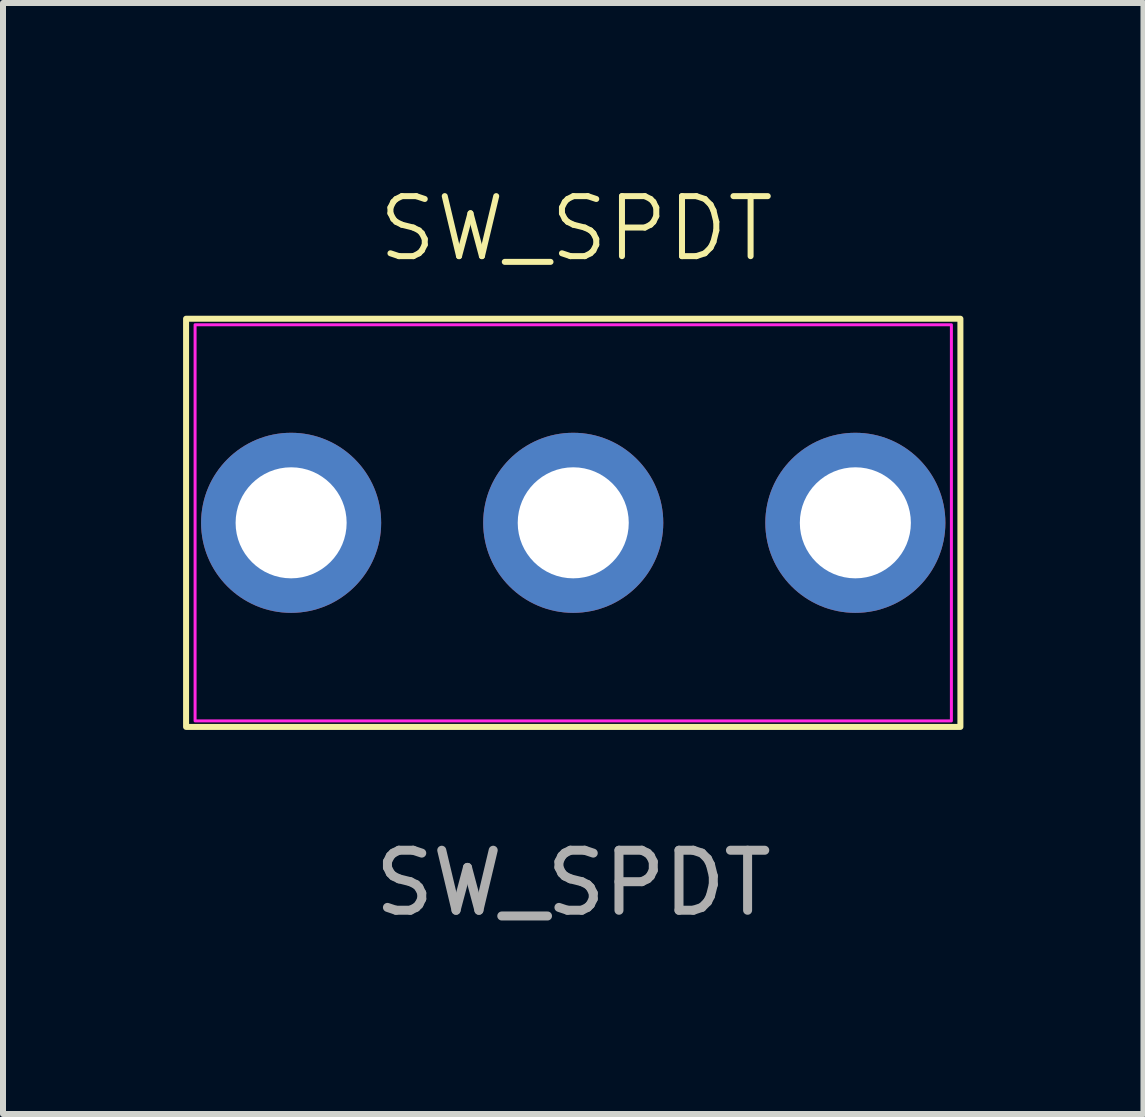
<source format=kicad_pcb>
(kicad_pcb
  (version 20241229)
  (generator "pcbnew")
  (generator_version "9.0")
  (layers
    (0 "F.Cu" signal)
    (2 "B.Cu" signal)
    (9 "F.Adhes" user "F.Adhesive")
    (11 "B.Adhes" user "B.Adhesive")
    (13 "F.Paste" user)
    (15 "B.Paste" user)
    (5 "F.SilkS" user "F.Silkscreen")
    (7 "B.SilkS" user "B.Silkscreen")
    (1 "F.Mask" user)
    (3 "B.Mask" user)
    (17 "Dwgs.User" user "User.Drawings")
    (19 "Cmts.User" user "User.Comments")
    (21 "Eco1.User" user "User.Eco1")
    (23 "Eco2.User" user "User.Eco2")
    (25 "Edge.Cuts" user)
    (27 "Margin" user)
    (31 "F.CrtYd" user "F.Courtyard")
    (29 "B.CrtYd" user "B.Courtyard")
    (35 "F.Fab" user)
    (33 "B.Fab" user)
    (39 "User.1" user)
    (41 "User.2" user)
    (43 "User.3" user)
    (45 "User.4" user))
  (footprint "SW_SPDT"
    (layer "F.Cu")
    (at 6.55 5.46)
    (property "Reference" "SW_SPDT" (at 0 -4.7 0) (unlocked yes) (layer "F.SilkS") (effects (font (size 1 1) (thickness 0.1))))
    (attr smd)
    (fp_rect (start -6.5 -3.2) (end 6.4 3.6) (stroke (width 0.1) (type default)) (fill no) (layer "F.SilkS"))
    (fp_rect (start -6.35 -3.1) (end 6.25 3.5) (stroke (width 0.05) (type default)) (fill no) (layer "F.CrtYd"))
    (fp_text user "${REFERENCE}" (at -0.05 6.2 0) (unlocked yes) (layer "F.Fab") (effects (font (size 1 1) (thickness 0.15))))
    (pad "1" thru_hole circle (at -4.75 0.2) (size 3 3) (drill 1.85) (layers "*.Cu" "*.Mask"))
    (pad "2" thru_hole circle (at -0.05 0.2) (size 3 3) (drill 1.85) (layers "*.Cu" "*.Mask"))
    (pad "3" thru_hole circle (at 4.65 0.2) (size 3 3) (drill 1.85) (layers "*.Cu" "*.Mask")))
  (gr_rect
    (start -3 -3)
    (end 16 15.509)
    (stroke (width 0.1) (type default))
    (fill no)
    (layer "Edge.Cuts")))
</source>
